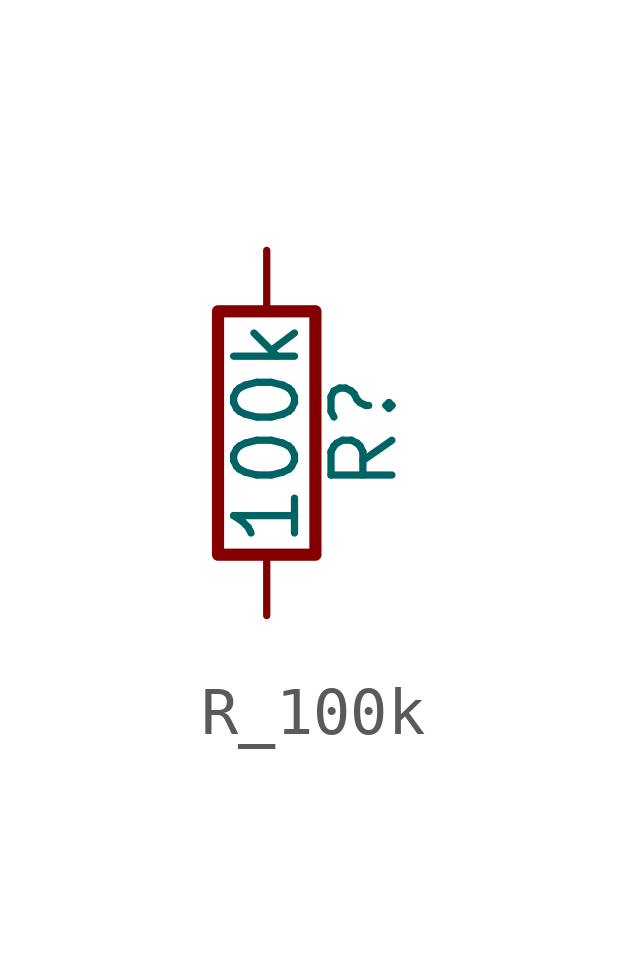
<source format=kicad_sym>
(kicad_symbol_lib
  (version 20231120)
  (generator "kicad_symbol_editor")
  (generator_version "8.0")
  (symbol "R_100k"
    (pin_numbers hide)
    (pin_names
      (offset 0))
    (property "Reference" "R"
      (at 2.032 0 90)
      (effects (font (size 1.27 1.27))))
    (property "Value" "100k"
      (at 0 0 90)
      (effects (font (size 1.27 1.27))))
    (symbol "R_100k_0_1"
      (rectangle (start -1.016 -2.54) (end 1.016 2.54) (stroke (width 0.254) (type default)) (fill (type none))))
    (symbol "R_100k_1_1"
      (pin passive line (at 0 3.81 270) (length 1.27) (name "~" (effects (font (size 1.27 1.27)))) (number "1" (effects (font (size 1.27 1.27)))))
      (pin passive line (at 0 -3.81 90) (length 1.27) (name "~" (effects (font (size 1.27 1.27)))) (number "2" (effects (font (size 1.27 1.27))))))))
</source>
